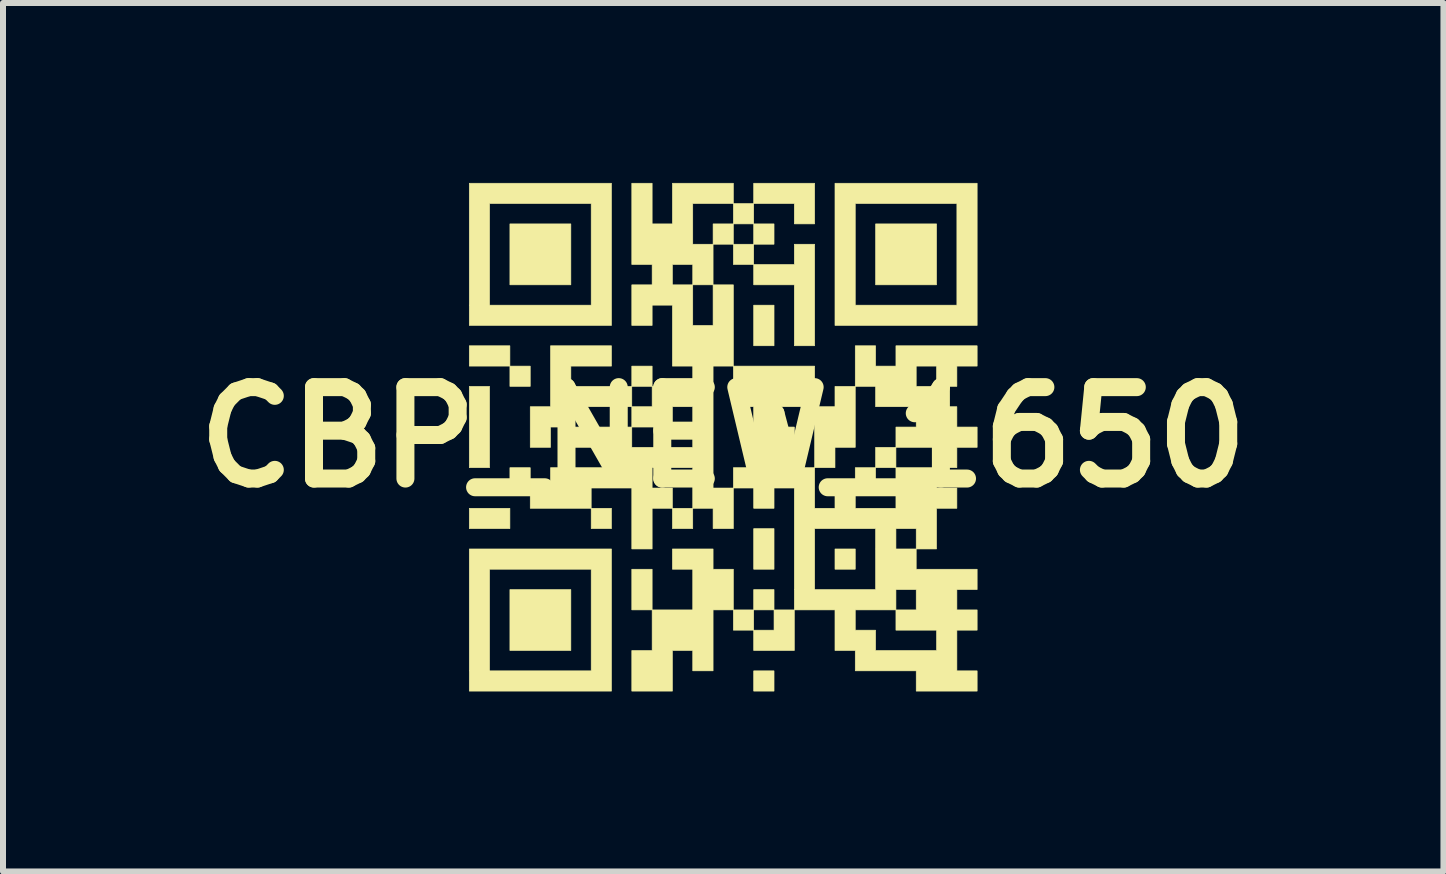
<source format=kicad_pcb>
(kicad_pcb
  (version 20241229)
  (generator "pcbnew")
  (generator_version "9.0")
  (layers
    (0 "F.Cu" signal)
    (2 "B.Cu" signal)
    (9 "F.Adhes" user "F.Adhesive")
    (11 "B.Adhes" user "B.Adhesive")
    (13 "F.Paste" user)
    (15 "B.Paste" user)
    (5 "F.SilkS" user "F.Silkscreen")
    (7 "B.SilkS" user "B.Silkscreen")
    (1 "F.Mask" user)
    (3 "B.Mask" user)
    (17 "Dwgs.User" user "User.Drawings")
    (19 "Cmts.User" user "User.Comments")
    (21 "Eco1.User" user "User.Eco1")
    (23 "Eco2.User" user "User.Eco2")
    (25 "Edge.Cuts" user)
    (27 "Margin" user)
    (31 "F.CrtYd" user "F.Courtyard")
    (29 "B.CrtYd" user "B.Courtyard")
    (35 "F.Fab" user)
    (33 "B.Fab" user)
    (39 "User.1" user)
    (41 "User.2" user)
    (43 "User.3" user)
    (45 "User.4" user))
  (footprint "CBP_NEW_1650"
    (layer "F.Cu")
    (at 9.006 4.238)
    (property "Reference" "CBP_NEW_1650" (at 0 0 0) (layer "F.SilkS") (effects (font (size 1.524 1.524) (thickness 0.3))))
    (attr through_hole)
    (fp_poly (pts (xy -3.895 0.508) (xy -4.233 0.508) (xy -4.233 -0.847) (xy -3.895 -0.847) (xy -3.895 0.508)) (stroke (width 0.01) (type solid)) (fill yes) (layer "F.SilkS"))
    (fp_poly (pts (xy -3.556 -1.185) (xy -4.233 -1.185) (xy -4.233 -1.524) (xy -3.556 -1.524) (xy -3.556 -1.185)) (stroke (width 0.01) (type solid)) (fill yes) (layer "F.SilkS"))
    (fp_poly (pts (xy -3.556 1.524) (xy -4.233 1.524) (xy -4.233 1.185) (xy -3.556 1.185) (xy -3.556 1.524)) (stroke (width 0.01) (type solid)) (fill yes) (layer "F.SilkS"))
    (fp_poly (pts (xy -3.217 -0.847) (xy -3.556 -0.847) (xy -3.556 -1.185) (xy -3.217 -1.185) (xy -3.217 -0.847)) (stroke (width 0.01) (type solid)) (fill yes) (layer "F.SilkS"))
    (fp_poly (pts (xy -3.217 0.847) (xy -3.556 0.847) (xy -3.556 0.508) (xy -3.217 0.508) (xy -3.217 0.847)) (stroke (width 0.01) (type solid)) (fill yes) (layer "F.SilkS"))
    (fp_poly (pts (xy -2.54 -2.54) (xy -3.556 -2.54) (xy -3.556 -3.556) (xy -2.54 -3.556) (xy -2.54 -2.54)) (stroke (width 0.01) (type solid)) (fill yes) (layer "F.SilkS"))
    (fp_poly (pts (xy -2.54 3.556) (xy -3.556 3.556) (xy -3.556 2.54) (xy -2.54 2.54) (xy -2.54 3.556)) (stroke (width 0.01) (type solid)) (fill yes) (layer "F.SilkS"))
    (fp_poly (pts (xy -1.863 1.524) (xy -2.201 1.524) (xy -2.201 1.185) (xy -1.863 1.185) (xy -1.863 1.524)) (stroke (width 0.01) (type solid)) (fill yes) (layer "F.SilkS"))
    (fp_poly (pts (xy -1.185 2.879) (xy -1.524 2.879) (xy -1.524 2.201) (xy -1.185 2.201) (xy -1.185 2.879)) (stroke (width 0.01) (type solid)) (fill yes) (layer "F.SilkS"))
    (fp_poly (pts (xy 0.508 -2.879) (xy 0.169 -2.879) (xy 0.169 -3.217) (xy 0.508 -3.217) (xy 0.508 -2.879)) (stroke (width 0.01) (type solid)) (fill yes) (layer "F.SilkS"))
    (fp_poly (pts (xy 0.847 -3.217) (xy 0.508 -3.217) (xy 0.508 -3.556) (xy 0.847 -3.556) (xy 0.847 -3.217)) (stroke (width 0.01) (type solid)) (fill yes) (layer "F.SilkS"))
    (fp_poly (pts (xy 0.847 -1.524) (xy 0.508 -1.524) (xy 0.508 -2.201) (xy 0.847 -2.201) (xy 0.847 -1.524)) (stroke (width 0.01) (type solid)) (fill yes) (layer "F.SilkS"))
    (fp_poly (pts (xy 0.847 2.201) (xy 0.508 2.201) (xy 0.508 1.524) (xy 0.847 1.524) (xy 0.847 2.201)) (stroke (width 0.01) (type solid)) (fill yes) (layer "F.SilkS"))
    (fp_poly (pts (xy 0.847 4.233) (xy 0.508 4.233) (xy 0.508 3.895) (xy 0.847 3.895) (xy 0.847 4.233)) (stroke (width 0.01) (type solid)) (fill yes) (layer "F.SilkS"))
    (fp_poly (pts (xy 2.201 2.201) (xy 1.863 2.201) (xy 1.863 1.863) (xy 2.201 1.863) (xy 2.201 2.201)) (stroke (width 0.01) (type solid)) (fill yes) (layer "F.SilkS"))
    (fp_poly (pts (xy 2.54 0.847) (xy 2.201 0.847) (xy 2.201 0.508) (xy 2.54 0.508) (xy 2.54 0.847)) (stroke (width 0.01) (type solid)) (fill yes) (layer "F.SilkS"))
    (fp_poly (pts (xy 2.879 0.508) (xy 2.54 0.508) (xy 2.54 0.169) (xy 2.879 0.169) (xy 2.879 0.508)) (stroke (width 0.01) (type solid)) (fill yes) (layer "F.SilkS"))
    (fp_poly (pts (xy 3.556 -2.54) (xy 2.54 -2.54) (xy 2.54 -3.556) (xy 3.556 -3.556) (xy 3.556 -2.54)) (stroke (width 0.01) (type solid)) (fill yes) (layer "F.SilkS"))
    (fp_poly (pts (xy 1.524 -3.556) (xy 1.185 -3.556) (xy 1.185 -3.895) (xy 0.508 -3.895) (xy 0.508 -4.233) (xy 1.524 -4.233) (xy 1.524 -3.556)) (stroke (width 0.01) (type solid)) (fill yes) (layer "F.SilkS"))
    (fp_poly (pts (xy 1.524 -1.524) (xy 1.185 -1.524) (xy 1.185 -2.54) (xy 0.508 -2.54) (xy 0.508 -2.879) (xy 1.185 -2.879) (xy 1.185 -3.217) (xy 1.524 -3.217) (xy 1.524 -1.524)) (stroke (width 0.01) (type solid)) (fill yes) (layer "F.SilkS"))
    (fp_poly (pts (xy -1.863 -1.863) (xy -4.233 -1.863) (xy -4.233 -3.895) (xy -3.895 -3.895) (xy -3.895 -2.201) (xy -2.201 -2.201) (xy -2.201 -3.895) (xy -3.895 -3.895) (xy -4.233 -3.895) (xy -4.233 -4.233) (xy -1.863 -4.233) (xy -1.863 -1.863)) (stroke (width 0.01) (type solid)) (fill yes) (layer "F.SilkS"))
    (fp_poly (pts (xy -1.863 4.233) (xy -4.233 4.233) (xy -4.233 2.201) (xy -3.895 2.201) (xy -3.895 3.895) (xy -2.201 3.895) (xy -2.201 2.201) (xy -3.895 2.201) (xy -4.233 2.201) (xy -4.233 1.863) (xy -1.863 1.863) (xy -1.863 4.233)) (stroke (width 0.01) (type solid)) (fill yes) (layer "F.SilkS"))
    (fp_poly (pts (xy 4.233 -1.863) (xy 1.863 -1.863) (xy 1.863 -3.895) (xy 2.201 -3.895) (xy 2.201 -2.201) (xy 3.895 -2.201) (xy 3.895 -3.895) (xy 2.201 -3.895) (xy 1.863 -3.895) (xy 1.863 -4.233) (xy 4.233 -4.233) (xy 4.233 -1.863)) (stroke (width 0.01) (type solid)) (fill yes) (layer "F.SilkS"))
    (fp_poly (pts (xy 1.185 2.879) (xy 1.185 3.556) (xy 0.508 3.556) (xy 0.508 3.217) (xy 0.169 3.217) (xy 0.169 2.879) (xy 0.508 2.879) (xy 0.508 3.217) (xy 0.847 3.217) (xy 0.847 2.879) (xy 0.508 2.879) (xy 0.508 2.54) (xy 0.847 2.54) (xy 0.847 2.879) (xy 1.185 2.879)) (stroke (width 0.01) (type solid)) (fill yes) (layer "F.SilkS"))
    (fp_poly (pts (xy -0.169 2.201) (xy 0.169 2.201) (xy 0.169 2.879) (xy -0.169 2.879) (xy -0.169 3.895) (xy -0.508 3.895) (xy -0.508 3.556) (xy -0.847 3.556) (xy -0.847 4.233) (xy -1.524 4.233) (xy -1.524 3.556) (xy -1.185 3.556) (xy -1.185 2.879) (xy -0.508 2.879) (xy -0.508 2.201) (xy -0.847 2.201) (xy -0.847 1.863) (xy -0.169 1.863) (xy -0.169 2.201)) (stroke (width 0.01) (type solid)) (fill yes) (layer "F.SilkS"))
    (fp_poly (pts (xy 0.169 -2.54) (xy 0.169 -1.185) (xy -0.169 -1.185) (xy -0.169 0.847) (xy 0.169 0.847) (xy 0.169 1.524) (xy -0.169 1.524) (xy -0.169 1.185) (xy -0.508 1.185) (xy -0.508 1.524) (xy -0.847 1.524) (xy -0.847 1.185) (xy -1.185 1.185) (xy -1.185 1.863) (xy -1.524 1.863) (xy -1.524 0.847) (xy -2.201 0.847) (xy -2.201 1.185) (xy -3.217 1.185) (xy -3.217 0.847) (xy -2.879 0.847) (xy -2.879 0.508) (xy -1.863 0.508) (xy -1.185 0.508) (xy -1.185 0.847) (xy -0.847 0.847) (xy -0.847 1.185) (xy -0.508 1.185) (xy -0.508 0.508) (xy -1.185 0.508) (xy -1.863 0.508) (xy -1.863 0.169) (xy -2.54 0.169) (xy -2.54 -0.169) (xy -2.879 -0.169) (xy -2.879 0.169) (xy -3.217 0.169) (xy -3.217 -0.508) (xy -2.879 -0.508) (xy -2.54 -0.508) (xy -2.54 -0.169) (xy -1.524 -0.169) (xy -1.524 0.169) (xy -0.508 0.169) (xy -0.508 -0.508) (xy -0.847 -0.508) (xy -0.847 -0.169) (xy -1.524 -0.169) (xy -1.524 -0.508) (xy -2.54 -0.508) (xy -2.879 -0.508) (xy -2.879 -1.524) (xy -1.863 -1.524) (xy -1.863 -1.185) (xy -2.54 -1.185) (xy -2.54 -0.847) (xy -1.524 -0.847) (xy -1.524 -0.508) (xy -1.185 -0.508) (xy -1.185 -0.847) (xy -1.524 -0.847) (xy -1.524 -1.185) (xy -1.185 -1.185) (xy -1.185 -0.847) (xy -0.508 -0.847) (xy -0.508 -1.185) (xy -0.847 -1.185) (xy -0.847 -2.201) (xy -1.185 -2.201) (xy -1.185 -1.863) (xy -1.524 -1.863) (xy -1.524 -2.54) (xy -1.185 -2.54) (xy -1.185 -2.879) (xy -0.847 -2.879) (xy -0.847 -2.54) (xy -0.508 -2.54) (xy -0.508 -1.863) (xy -0.169 -1.863) (xy -0.169 -2.54) (xy -0.508 -2.54) (xy -0.508 -2.879) (xy -0.847 -2.879) (xy -1.185 -2.879) (xy -1.524 -2.879) (xy -1.524 -4.233) (xy -1.185 -4.233) (xy -1.185 -3.556) (xy -0.847 -3.556) (xy -0.847 -3.895) (xy -0.508 -3.895) (xy -0.508 -3.217) (xy -0.169 -3.217) (xy -0.169 -3.556) (xy 0.169 -3.556) (xy 0.169 -3.895) (xy -0.508 -3.895) (xy -0.847 -3.895) (xy -0.847 -4.233) (xy 0.169 -4.233) (xy 0.169 -3.895) (xy 0.508 -3.895) (xy 0.508 -3.556) (xy 0.169 -3.556) (xy 0.169 -3.217) (xy -0.169 -3.217) (xy -0.169 -2.54) (xy 0.169 -2.54)) (stroke (width 0.01) (type solid)) (fill yes) (layer "F.SilkS"))
    (fp_poly (pts (xy 2.54 -1.185) (xy 2.879 -1.185) (xy 3.217 -1.185) (xy 3.217 -0.847) (xy 3.556 -0.847) (xy 3.556 -1.185) (xy 3.217 -1.185) (xy 2.879 -1.185) (xy 2.879 -1.524) (xy 4.233 -1.524) (xy 4.233 -1.185) (xy 3.895 -1.185) (xy 3.895 -0.847) (xy 3.556 -0.847) (xy 3.556 -0.508) (xy 3.895 -0.508) (xy 3.895 -0.169) (xy 4.233 -0.169) (xy 4.233 0.169) (xy 3.895 0.169) (xy 3.895 0.508) (xy 3.556 0.508) (xy 3.556 0.847) (xy 3.895 0.847) (xy 3.895 1.185) (xy 3.556 1.185) (xy 3.556 1.863) (xy 3.217 1.863) (xy 3.217 2.201) (xy 4.233 2.201) (xy 4.233 2.54) (xy 3.895 2.54) (xy 3.895 2.879) (xy 4.233 2.879) (xy 4.233 3.217) (xy 3.895 3.217) (xy 3.895 3.895) (xy 4.233 3.895) (xy 4.233 4.233) (xy 3.217 4.233) (xy 3.217 3.895) (xy 2.201 3.895) (xy 2.201 3.556) (xy 1.863 3.556) (xy 1.863 2.879) (xy 2.201 2.879) (xy 2.201 3.217) (xy 2.54 3.217) (xy 2.54 3.556) (xy 3.556 3.556) (xy 3.556 3.217) (xy 2.879 3.217) (xy 2.879 2.879) (xy 2.201 2.879) (xy 1.863 2.879) (xy 1.185 2.879) (xy 1.185 1.524) (xy 1.524 1.524) (xy 1.524 2.54) (xy 2.54 2.54) (xy 2.879 2.54) (xy 2.879 2.879) (xy 3.217 2.879) (xy 3.217 2.54) (xy 2.879 2.54) (xy 2.54 2.54) (xy 2.54 1.524) (xy 2.879 1.524) (xy 2.879 1.863) (xy 3.217 1.863) (xy 3.217 1.524) (xy 2.879 1.524) (xy 2.54 1.524) (xy 1.524 1.524) (xy 1.185 1.524) (xy 1.185 0.847) (xy 0.847 0.847) (xy 0.847 1.185) (xy 0.508 1.185) (xy 0.508 0.847) (xy 0.169 0.847) (xy 0.169 0.508) (xy 0.508 0.508) (xy 0.508 -0.508) (xy 0.847 -0.508) (xy 0.847 -0.169) (xy 1.185 -0.169) (xy 1.185 0.508) (xy 1.524 0.508) (xy 1.524 1.185) (xy 1.863 1.185) (xy 1.863 0.847) (xy 2.201 0.847) (xy 2.201 1.185) (xy 2.879 1.185) (xy 2.879 0.508) (xy 3.556 0.508) (xy 3.556 0.169) (xy 2.879 0.169) (xy 2.879 -0.169) (xy 3.217 -0.169) (xy 3.217 -0.508) (xy 2.54 -0.508) (xy 2.54 -0.847) (xy 2.201 -0.847) (xy 2.201 0.169) (xy 1.863 0.169) (xy 1.863 0.508) (xy 1.524 0.508) (xy 1.524 -0.508) (xy 0.847 -0.508) (xy 0.508 -0.508) (xy 0.169 -0.508) (xy 0.169 -1.185) (xy 1.524 -1.185) (xy 1.524 -0.508) (xy 1.863 -0.508) (xy 1.863 -0.847) (xy 2.201 -0.847) (xy 2.201 -1.524) (xy 2.54 -1.524) (xy 2.54 -1.185)) (stroke (width 0.01) (type solid)) (fill yes) (layer "F.SilkS")))
  (gr_rect
    (start -3 -3)
    (end 21.012 11.477)
    (stroke (width 0.1) (type default))
    (fill no)
    (layer "Edge.Cuts")))
</source>
